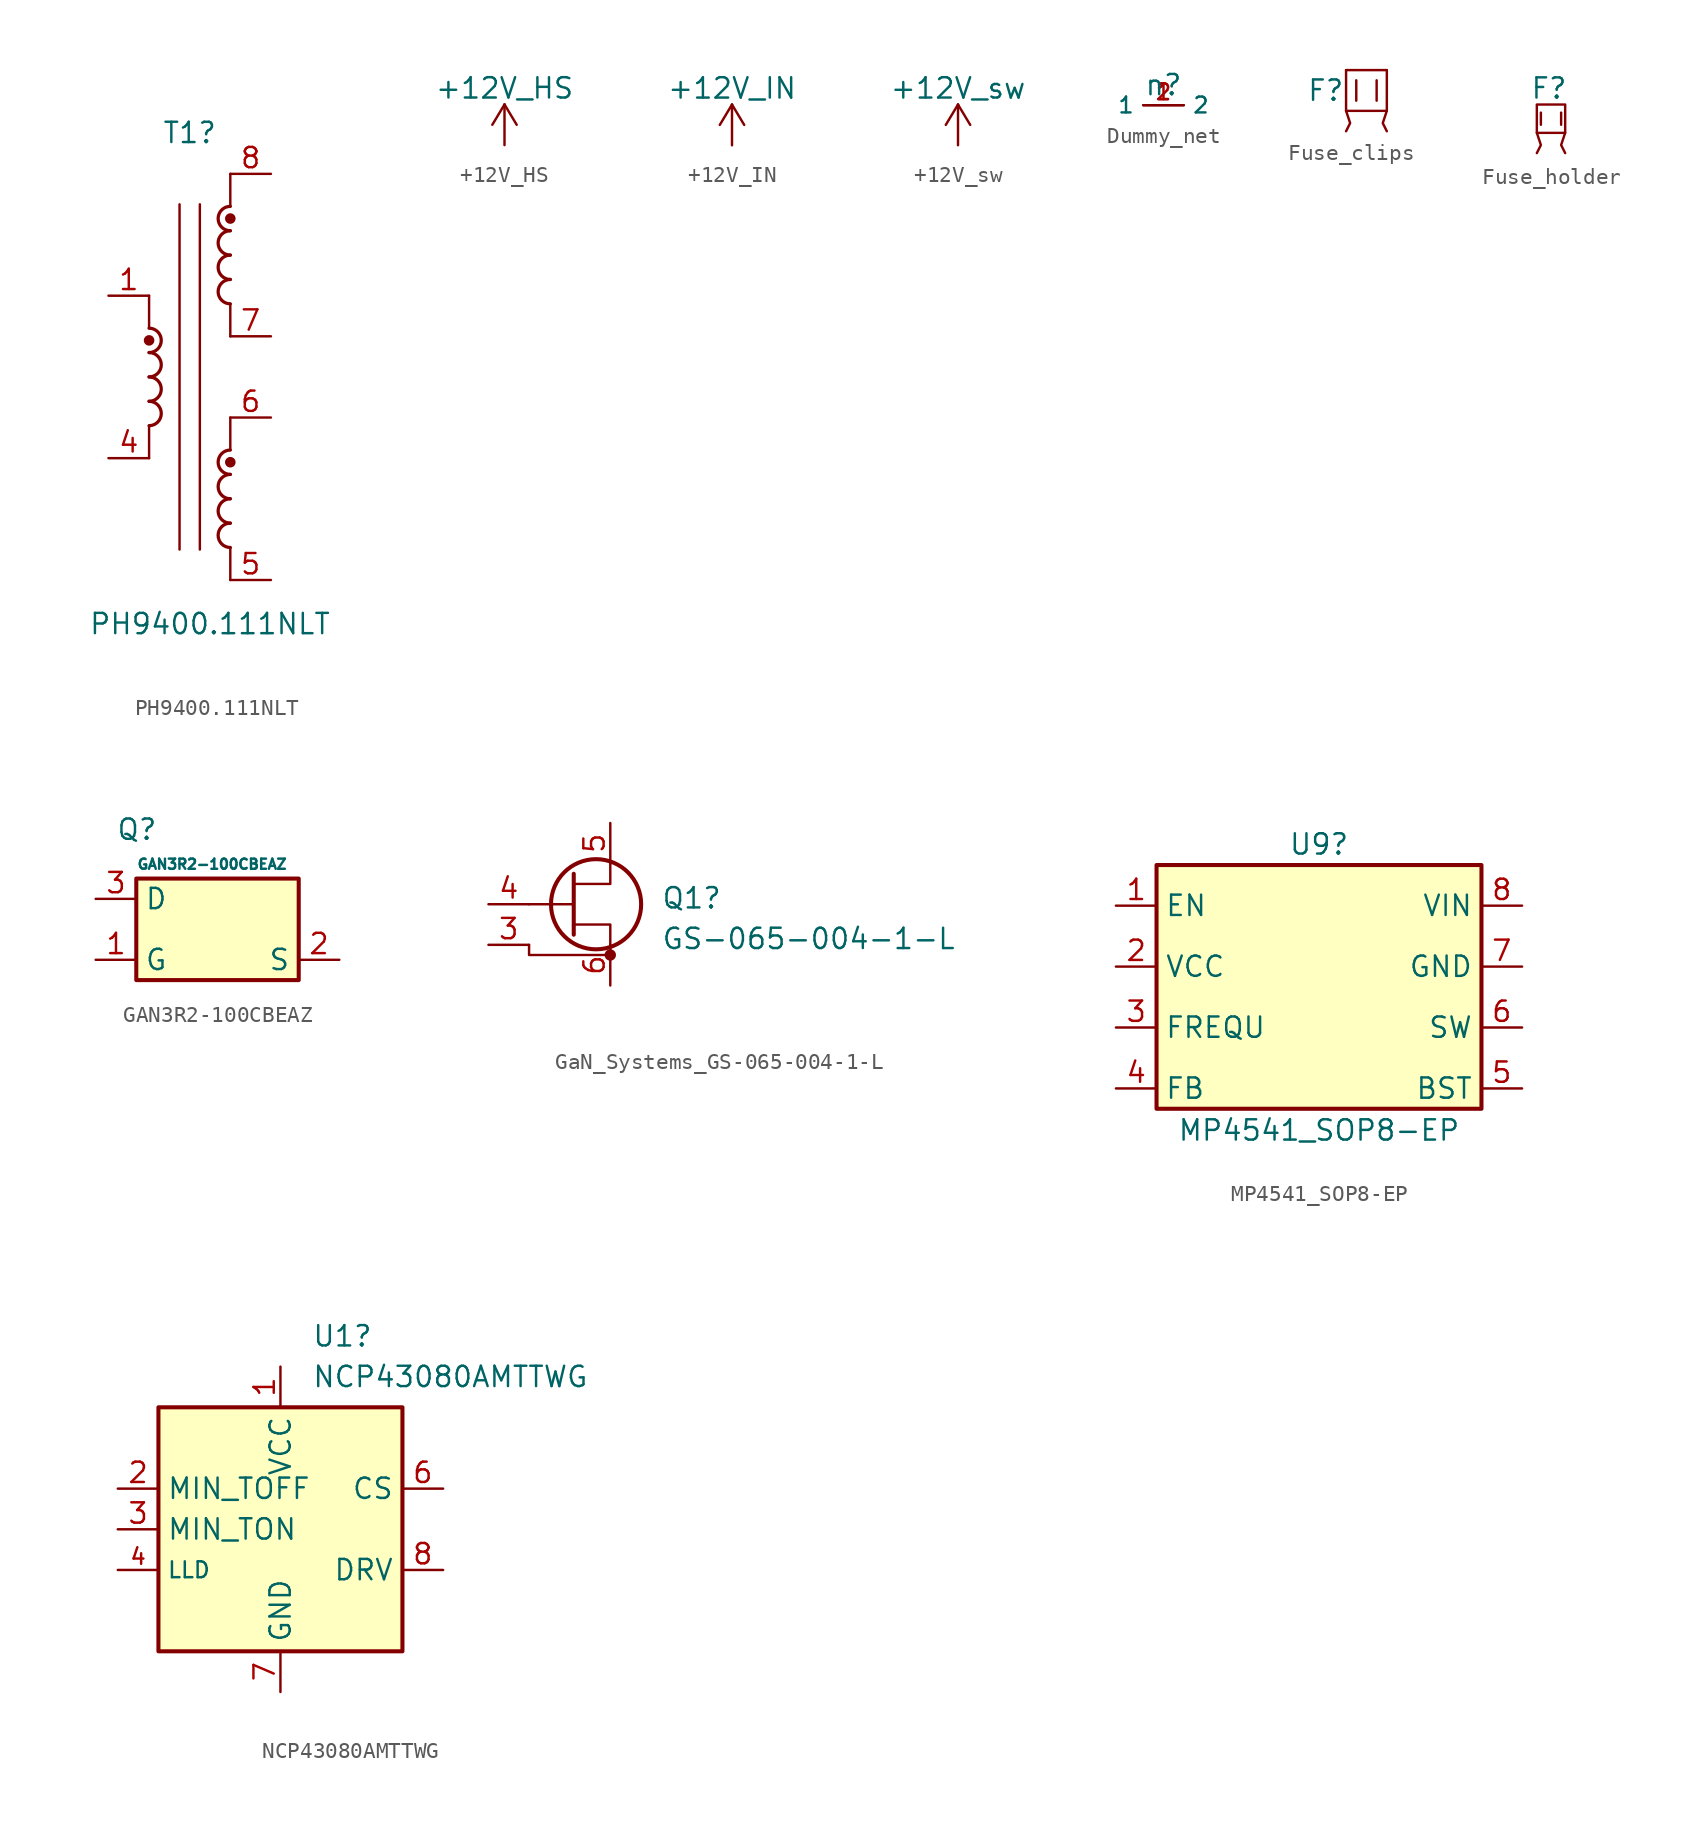
<source format=kicad_sym>
(kicad_symbol_lib
  (version 20231120)
  (generator "kicad_symbol_editor")
  (generator_version "8.0")
  (symbol " PH9400.111NLT"
    (pin_names hide)
    (property "Reference" "T1"
      (at 0 15.27 0)
      (effects (font (size 1.27 1.27))))
    (property "Value" " PH9400.111NLT"
      (at 1.27 -15.446 0)
      (effects (font (size 1.27 1.27))))
    (symbol " PH9400.111NLT_0_1"
      (arc (start -2.54 -3.048) (mid -1.7813 -2.286) (end -2.54 -1.524) (stroke (width 0.2032) (type default)) (fill (type none)))
      (arc (start -2.54 -1.524) (mid -1.7813 -0.762) (end -2.54 0) (stroke (width 0.2032) (type default)) (fill (type none)))
      (arc (start -2.54 0) (mid -1.7813 0.762) (end -2.54 1.524) (stroke (width 0.2032) (type default)) (fill (type none)))
      (circle (center -2.54 2.286) (radius 0.254) (stroke (width 0) (type default)) (fill (type outline)))
      (polyline (pts (xy -2.54 -3.048) (xy -2.54 -5.08)) (stroke (width 0) (type default)) (fill (type none)))
      (polyline (pts (xy -2.54 5.08) (xy -2.54 3.048)) (stroke (width 0) (type default)) (fill (type none)))
      (polyline (pts (xy -0.635 10.795) (xy -0.635 -10.795)) (stroke (width 0) (type default)) (fill (type none)))
      (polyline (pts (xy 0.635 10.795) (xy 0.635 -10.795)) (stroke (width 0) (type default)) (fill (type none)))
      (polyline (pts (xy 2.54 -10.668) (xy 2.54 -12.7)) (stroke (width 0) (type default)) (fill (type none)))
      (polyline (pts (xy 2.54 -2.54) (xy 2.54 -4.572)) (stroke (width 0) (type default)) (fill (type none)))
      (polyline (pts (xy 2.54 4.572) (xy 2.54 2.54)) (stroke (width 0) (type default)) (fill (type none)))
      (polyline (pts (xy 2.54 12.7) (xy 2.54 10.668)) (stroke (width 0) (type default)) (fill (type none)))
      (arc (start 2.54 -9.144) (mid 1.7813 -9.906) (end 2.54 -10.668) (stroke (width 0.2032) (type default)) (fill (type none)))
      (arc (start 2.54 -7.62) (mid 1.7813 -8.382) (end 2.54 -9.144) (stroke (width 0.2032) (type default)) (fill (type none)))
      (arc (start 2.54 -6.096) (mid 1.7813 -6.858) (end 2.54 -7.62) (stroke (width 0.2032) (type default)) (fill (type none)))
      (circle (center 2.54 -5.334) (radius 0.254) (stroke (width 0) (type default)) (fill (type outline)))
      (arc (start 2.54 -4.572) (mid 1.7813 -5.334) (end 2.54 -6.096) (stroke (width 0.2032) (type default)) (fill (type none)))
      (arc (start 2.54 6.096) (mid 1.7813 5.334) (end 2.54 4.572) (stroke (width 0.2032) (type default)) (fill (type none)))
      (arc (start 2.54 7.62) (mid 1.7813 6.858) (end 2.54 6.096) (stroke (width 0.2032) (type default)) (fill (type none)))
      (arc (start 2.54 9.144) (mid 1.7813 8.382) (end 2.54 7.62) (stroke (width 0.2032) (type default)) (fill (type none)))
      (circle (center 2.54 9.906) (radius 0.254) (stroke (width 0) (type default)) (fill (type outline)))
      (arc (start 2.54 10.668) (mid 1.7813 9.906) (end 2.54 9.144) (stroke (width 0.2032) (type default)) (fill (type none))))
    (symbol " PH9400.111NLT_1_1"
      (arc (start -2.54 1.524) (mid -1.7813 2.286) (end -2.54 3.048) (stroke (width 0.2032) (type default)) (fill (type none)))
      (pin passive line (at -5.08 5.08 0) (length 2.54) (name "~" (effects (font (size 1.27 1.27)))) (number "1" (effects (font (size 1.27 1.27)))))
      (pin passive line (at -5.08 -5.08 0) (length 2.54) (name "~" (effects (font (size 1.27 1.27)))) (number "4" (effects (font (size 1.27 1.27)))))
      (pin passive line (at 5.08 -12.7 180) (length 2.54) (name "~" (effects (font (size 1.27 1.27)))) (number "5" (effects (font (size 1.27 1.27)))))
      (pin passive line (at 5.08 -2.54 180) (length 2.54) (name "~" (effects (font (size 1.27 1.27)))) (number "6" (effects (font (size 1.27 1.27)))))
      (pin passive line (at 5.08 2.54 180) (length 2.54) (name "~" (effects (font (size 1.27 1.27)))) (number "7" (effects (font (size 1.27 1.27)))))
      (pin passive line (at 5.08 12.7 180) (length 2.54) (name "~" (effects (font (size 1.27 1.27)))) (number "8" (effects (font (size 1.27 1.27)))))))
  (symbol "+12V_HS"
    (power)
    (pin_names
      (offset 0))
    (property "Reference" "#PWR"
      (at 0 -3.81 0)
      (effects (font (size 1.27 1.27)) (hide yes)))
    (property "Value" "+12V_HS"
      (at 0 3.556 0)
      (effects (font (size 1.27 1.27))))
    (symbol "+12V_HS_0_1"
      (polyline (pts (xy -0.762 1.27) (xy 0 2.54)) (stroke (width 0) (type default)) (fill (type none)))
      (polyline (pts (xy 0 0) (xy 0 2.54)) (stroke (width 0) (type default)) (fill (type none)))
      (polyline (pts (xy 0 2.54) (xy 0.762 1.27)) (stroke (width 0) (type default)) (fill (type none))))
    (symbol "+12V_HS_1_1"
      (pin power_in line (at 0 0 90) (length 0) hide (name "+12V_HS" (effects (font (size 1.27 1.27)))) (number "1" (effects (font (size 1.27 1.27)))))))
  (symbol "+12V_IN"
    (power)
    (pin_names
      (offset 0))
    (property "Reference" "#PWR"
      (at 0 -3.81 0)
      (effects (font (size 1.27 1.27)) (hide yes)))
    (property "Value" "+12V_IN"
      (at 0 3.556 0)
      (effects (font (size 1.27 1.27))))
    (symbol "+12V_IN_0_1"
      (polyline (pts (xy -0.762 1.27) (xy 0 2.54)) (stroke (width 0) (type default)) (fill (type none)))
      (polyline (pts (xy 0 0) (xy 0 2.54)) (stroke (width 0) (type default)) (fill (type none)))
      (polyline (pts (xy 0 2.54) (xy 0.762 1.27)) (stroke (width 0) (type default)) (fill (type none))))
    (symbol "+12V_IN_1_1"
      (pin power_in line (at 0 0 90) (length 0) hide (name "+12V_IN" (effects (font (size 1.27 1.27)))) (number "1" (effects (font (size 1.27 1.27)))))))
  (symbol "+12V_sw"
    (power)
    (pin_names
      (offset 0))
    (property "Reference" "#PWR"
      (at 0 -3.81 0)
      (effects (font (size 1.27 1.27)) (hide yes)))
    (property "Value" "+12V_sw"
      (at 0 3.556 0)
      (effects (font (size 1.27 1.27))))
    (symbol "+12V_sw_0_1"
      (polyline (pts (xy -0.762 1.27) (xy 0 2.54)) (stroke (width 0) (type default)) (fill (type none)))
      (polyline (pts (xy 0 0) (xy 0 2.54)) (stroke (width 0) (type default)) (fill (type none)))
      (polyline (pts (xy 0 2.54) (xy 0.762 1.27)) (stroke (width 0) (type default)) (fill (type none))))
    (symbol "+12V_sw_1_1"
      (pin power_in line (at 0 0 90) (length 0) hide (name "+12V_sw" (effects (font (size 1.27 1.27)))) (number "1" (effects (font (size 1.27 1.27)))))))
  (symbol "Dummy_net"
    (property "Reference" "n"
      (at 0 0 0)
      (effects (font (size 1.27 1.27))))
    (property "Value" ""
      (at 0 0 0)
      (effects (font (size 1.27 1.27))))
    (symbol "Dummy_net_1_1"
      (pin bidirectional line (at 1.27 -1.27 180) (length 2.54) (name "1" (effects (font (size 0.991 0.991)))) (number "1" (effects (font (size 0.991 0.991)))))
      (pin bidirectional line (at -1.27 -1.27 0) (length 2.54) (name "2" (effects (font (size 0.991 0.991)))) (number "2" (effects (font (size 0.991 0.991)))))))
  (symbol "Fuse_clips"
    (property "Reference" "F"
      (at 0 0 0)
      (effects (font (size 1.27 1.27))))
    (property "Value" ""
      (at 0 0 0)
      (effects (font (size 1.27 1.27))))
    (symbol "Fuse_clips_0_1"
      (polyline (pts (xy 1.905 0.635) (xy 1.905 -0.635)) (stroke (width 0) (type default)) (fill (type none)))
      (polyline (pts (xy 3.175 0.635) (xy 3.175 -0.635)) (stroke (width 0) (type default)) (fill (type none)))
      (polyline (pts (xy 3.81 1.27) (xy 1.27 1.27)) (stroke (width 0) (type default)) (fill (type none)))
      (polyline (pts (xy 1.27 -1.27) (xy 1.524 -2.032) (xy 1.27 -2.54)) (stroke (width 0) (type default)) (fill (type none)))
      (polyline (pts (xy 3.81 -1.27) (xy 3.556 -2.032) (xy 3.81 -2.54)) (stroke (width 0) (type default)) (fill (type none)))
      (polyline (pts (xy 1.27 1.27) (xy 1.27 -1.27) (xy 2.54 -1.27) (xy 3.81 -1.27) (xy 3.81 1.27)) (stroke (width 0) (type default)) (fill (type none)))))
  (symbol "Fuse_holder"
    (property "Reference" "F"
      (at 0 2.032 0)
      (effects (font (size 1.27 1.27))))
    (property "Value" ""
      (at 0 0 0)
      (effects (font (size 1.27 1.27))))
    (symbol "Fuse_holder_0_1"
      (rectangle (start -0.762 1.016) (end 1.016 -0.762) (stroke (width 0) (type default)) (fill (type none)))
      (polyline (pts (xy -0.508 0.508) (xy -0.508 -0.254)) (stroke (width 0) (type default)) (fill (type none)))
      (polyline (pts (xy 0.762 0.508) (xy 0.762 -0.254)) (stroke (width 0) (type default)) (fill (type none)))
      (polyline (pts (xy -0.762 -0.762) (xy -0.508 -1.524) (xy -0.762 -2.032)) (stroke (width 0) (type default)) (fill (type none)))
      (polyline (pts (xy 1.016 -0.762) (xy 0.762 -1.524) (xy 1.016 -2.032)) (stroke (width 0) (type default)) (fill (type none)))))
  (symbol "GAN3R2-100CBEAZ"
    (property "Reference" "Q"
      (at 3.81 3.81 0)
      (effects (font (size 1.27 1.27)) (justify left top)))
    (property "Value" "GAN3R2-100CBEAZ"
      (at 5.08 1.27 0)
      (effects (font (size 0.635 0.635)) (justify left top)))
    (symbol "GAN3R2-100CBEAZ_1_1"
      (rectangle (start 5.08 0) (end 15.24 -6.35) (stroke (width 0.254) (type default)) (fill (type background)))
      (pin passive line (at 2.54 -5.08 0) (length 2.54) (name "G" (effects (font (size 1.27 1.27)))) (number "1" (effects (font (size 1.27 1.27)))))
      (pin passive line (at 17.78 -5.08 180) (length 2.54) (name "S" (effects (font (size 1.27 1.27)))) (number "2" (effects (font (size 1.27 1.27)))))
      (pin passive line (at 2.54 -1.27 0) (length 2.54) (name "D" (effects (font (size 1.27 1.27)))) (number "3" (effects (font (size 1.27 1.27)))))
      (pin passive line (at 17.78 -5.08 180) (length 2.54) hide (name "S" (effects (font (size 1.27 1.27)))) (number "4" (effects (font (size 1.27 1.27)))))
      (pin passive line (at 2.54 -1.27 0) (length 2.54) hide (name "D" (effects (font (size 1.27 1.27)))) (number "5" (effects (font (size 1.27 1.27)))))
      (pin passive line (at 17.78 -5.08 180) (length 2.54) hide (name "S" (effects (font (size 1.27 1.27)))) (number "6" (effects (font (size 1.27 1.27)))))
      (pin passive line (at 2.54 -1.27 0) (length 2.54) hide (name "D" (effects (font (size 1.27 1.27)))) (number "7" (effects (font (size 1.27 1.27)))))
      (pin passive line (at 17.78 -5.08 180) (length 2.54) hide (name "S" (effects (font (size 1.27 1.27)))) (number "8" (effects (font (size 1.27 1.27)))))))
  (symbol "GaN_Systems_GS-065-004-1-L"
    (pin_names
      (offset 0) hide)
    (property "Reference" "Q1"
      (at 5.715 0.381 0)
      (effects (font (size 1.27 1.27)) (justify left)))
    (property "Value" "GS-065-004-1-L"
      (at 5.715 -2.159 0)
      (effects (font (size 1.27 1.27)) (justify left)))
    (symbol "GaN_Systems_GS-065-004-1-L_0_1"
      (polyline (pts (xy -2.54 0) (xy 0.254 0)) (stroke (width 0) (type default)) (fill (type none)))
      (polyline (pts (xy -2.54 -2.54) (xy -2.54 -3.175) (xy 2.54 -3.175)) (stroke (width 0) (type default)) (fill (type none)))
      (polyline (pts (xy 0.254 -1.27) (xy 2.54 -1.27) (xy 2.54 -2.54)) (stroke (width 0) (type default)) (fill (type none)))
      (polyline (pts (xy 0.254 1.905) (xy 0.254 -1.905) (xy 0.254 -1.905)) (stroke (width 0.254) (type default)) (fill (type none)))
      (polyline (pts (xy 2.54 2.54) (xy 2.54 1.27) (xy 0.254 1.27)) (stroke (width 0) (type default)) (fill (type none)))
      (circle (center 1.651 0) (radius 2.819) (stroke (width 0.254) (type default)) (fill (type none)))
      (circle (center 2.54 -3.175) (radius 0.279) (stroke (width 0) (type default)) (fill (type outline))))
    (symbol "GaN_Systems_GS-065-004-1-L_1_1"
      (pin no_connect line (at -3.81 -5.08 0) (length 2.54) hide (name "(NC)" (effects (font (size 1.27 1.27)))) (number "1" (effects (font (size 1.27 1.27)))))
      (pin no_connect line (at -3.81 -7.62 0) (length 2.54) hide (name "(NC)" (effects (font (size 1.27 1.27)))) (number "2" (effects (font (size 1.27 1.27)))))
      (pin passive line (at -5.08 -2.54 0) (length 2.54) (name "SS" (effects (font (size 1.27 1.27)))) (number "3" (effects (font (size 1.27 1.27)))))
      (pin input line (at -5.08 0 0) (length 2.54) (name "G" (effects (font (size 1.27 1.27)))) (number "4" (effects (font (size 1.27 1.27)))))
      (pin passive line (at 2.54 5.08 270) (length 2.54) (name "D" (effects (font (size 1.27 1.27)))) (number "5" (effects (font (size 1.27 1.27)))))
      (pin passive line (at 2.54 -5.08 90) (length 2.54) (name "S" (effects (font (size 1.27 1.27)))) (number "6" (effects (font (size 1.27 1.27)))))))
  (symbol "MP4541_SOP8-EP"
    (property "Reference" "U9"
      (at 0 8.919 0)
      (effects (font (size 1.27 1.27))))
    (property "Value" "MP4541_SOP8-EP"
      (at 0 -8.969 0)
      (effects (font (size 1.27 1.27))))
    (symbol "MP4541_SOP8-EP_0_1"
      (rectangle (start -10.16 -7.62) (end 10.16 7.62) (stroke (width 0.254) (type default)) (fill (type background))))
    (symbol "MP4541_SOP8-EP_1_1"
      (pin input line (at -12.7 5.08 0) (length 2.54) (name "EN" (effects (font (size 1.27 1.27)))) (number "1" (effects (font (size 1.27 1.27)))))
      (pin bidirectional line (at -12.7 1.27 0) (length 2.54) (name "VCC" (effects (font (size 1.27 1.27)))) (number "2" (effects (font (size 1.27 1.27)))))
      (pin output line (at -12.7 -2.54 0) (length 2.54) (name "FREQU" (effects (font (size 1.27 1.27)))) (number "3" (effects (font (size 1.27 1.27)))))
      (pin passive line (at -12.7 -6.35 0) (length 2.54) (name "FB" (effects (font (size 1.27 1.27)))) (number "4" (effects (font (size 1.27 1.27)))))
      (pin bidirectional line (at 12.7 -6.35 180) (length 2.54) (name "BST" (effects (font (size 1.27 1.27)))) (number "5" (effects (font (size 1.27 1.27)))))
      (pin output line (at 12.7 -2.54 180) (length 2.54) (name "SW" (effects (font (size 1.27 1.27)))) (number "6" (effects (font (size 1.27 1.27)))))
      (pin power_in line (at 12.7 1.27 180) (length 2.54) (name "GND" (effects (font (size 1.27 1.27)))) (number "7" (effects (font (size 1.27 1.27)))))
      (pin power_in line (at 12.7 5.08 180) (length 2.54) (name "VIN" (effects (font (size 1.27 1.27)))) (number "8" (effects (font (size 1.27 1.27)))))))
  (symbol "NCP43080AMTTWG"
    (property "Reference" "U1"
      (at 1.956 12.065 0)
      (effects (font (size 1.27 1.27)) (justify left)))
    (property "Value" "NCP43080AMTTWG"
      (at 1.956 9.525 0)
      (effects (font (size 1.27 1.27)) (justify left)))
    (symbol "NCP43080AMTTWG_0_1"
      (rectangle (start -7.62 7.62) (end 7.62 -7.62) (stroke (width 0.254) (type default)) (fill (type background))))
    (symbol "NCP43080AMTTWG_1_1"
      (pin power_in line (at 0 10.16 270) (length 2.54) (name "VCC" (effects (font (size 1.27 1.27)))) (number "1" (effects (font (size 1.27 1.27)))))
      (pin passive line (at -10.16 2.54 0) (length 2.54) (name "MIN_TOFF" (effects (font (size 1.27 1.27)))) (number "2" (effects (font (size 1.27 1.27)))))
      (pin passive line (at -10.16 0 0) (length 2.54) (name "MIN_TON" (effects (font (size 1.27 1.27)))) (number "3" (effects (font (size 1.27 1.27)))))
      (pin input line (at -10.16 -2.54 0) (length 2.54) (name "LLD" (effects (font (size 0.991 0.991)))) (number "4" (effects (font (size 0.991 0.991)))))
      (pin no_connect line (at 7.62 -5.08 180) (length 2.54) hide (name "NC" (effects (font (size 1.27 1.27)))) (number "4" (effects (font (size 1.27 1.27)))))
      (pin no_connect line (at 7.62 -7.62 180) (length 2.54) hide (name "NC" (effects (font (size 1.27 1.27)))) (number "5" (effects (font (size 1.27 1.27)))))
      (pin input line (at 10.16 2.54 180) (length 2.54) (name "CS" (effects (font (size 1.27 1.27)))) (number "6" (effects (font (size 1.27 1.27)))))
      (pin power_in line (at 0 -10.16 90) (length 2.54) (name "GND" (effects (font (size 1.27 1.27)))) (number "7" (effects (font (size 1.27 1.27)))))
      (pin output line (at 10.16 -2.54 180) (length 2.54) (name "DRV" (effects (font (size 1.27 1.27)))) (number "8" (effects (font (size 1.27 1.27))))))))
</source>
